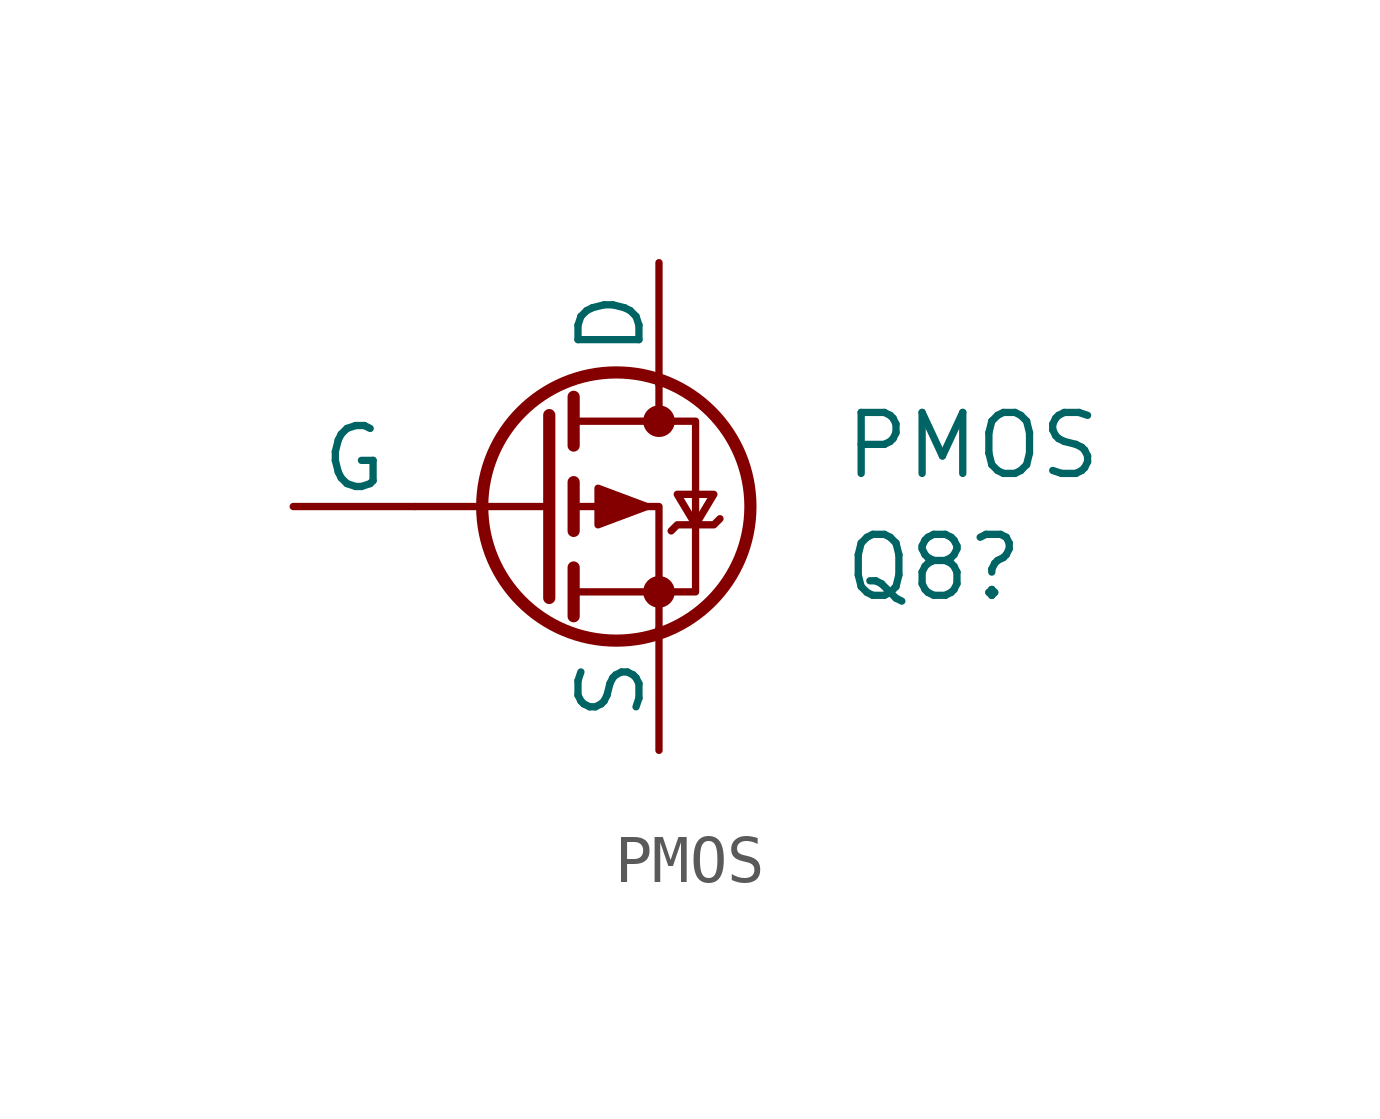
<source format=kicad_sym>
(kicad_symbol_lib
  (version 20220914)
  (generator kicad_symbol_editor)
  (symbol "PMOS"
    (pin_numbers hide)
    (pin_names
      (offset 0))
    (property "Reference" "Q8"
      (at 6.35 -1.27 0)
      (effects (font (size 1.27 1.27)) (justify left)))
    (property "Value" "PMOS"
      (at 6.35 1.27 0)
      (effects (font (size 1.27 1.27)) (justify left)))
    (symbol "PMOS_0_1"
      (polyline (pts (xy 0.254 0) (xy -2.54 0)) (stroke (width 0) (type default)) (fill (type none)))
      (polyline (pts (xy 0.254 1.905) (xy 0.254 -1.905)) (stroke (width 0.254) (type default)) (fill (type none)))
      (polyline (pts (xy 0.762 -1.27) (xy 0.762 -2.286)) (stroke (width 0.254) (type default)) (fill (type none)))
      (polyline (pts (xy 0.762 0.508) (xy 0.762 -0.508)) (stroke (width 0.254) (type default)) (fill (type none)))
      (polyline (pts (xy 0.762 2.286) (xy 0.762 1.27)) (stroke (width 0.254) (type default)) (fill (type none)))
      (polyline (pts (xy 2.54 2.54) (xy 2.54 1.778)) (stroke (width 0) (type default)) (fill (type none)))
      (polyline (pts (xy 2.54 -2.54) (xy 2.54 0) (xy 0.762 0)) (stroke (width 0) (type default)) (fill (type none)))
      (polyline (pts (xy 0.762 1.778) (xy 3.302 1.778) (xy 3.302 -1.778) (xy 0.762 -1.778)) (stroke (width 0) (type default)) (fill (type none)))
      (polyline (pts (xy 2.286 0) (xy 1.27 0.381) (xy 1.27 -0.381) (xy 2.286 0)) (stroke (width 0) (type default)) (fill (type outline)))
      (polyline (pts (xy 2.794 -0.508) (xy 2.921 -0.381) (xy 3.683 -0.381) (xy 3.81 -0.254)) (stroke (width 0) (type default)) (fill (type none)))
      (polyline (pts (xy 3.302 -0.381) (xy 2.921 0.254) (xy 3.683 0.254) (xy 3.302 -0.381)) (stroke (width 0) (type default)) (fill (type none)))
      (circle (center 1.651 0) (radius 2.794) (stroke (width 0.254) (type default)) (fill (type none)))
      (circle (center 2.54 -1.778) (radius 0.254) (stroke (width 0) (type default)) (fill (type outline)))
      (circle (center 2.54 1.778) (radius 0.254) (stroke (width 0) (type default)) (fill (type outline))))
    (symbol "PMOS_1_1"
      (pin passive line (at 2.54 -5.08 90) (length 2.54) (name "S" (effects (font (size 1.27 1.27)))) (number "1" (effects (font (size 1.27 1.27)))))
      (pin passive line (at 2.54 -5.08 90) (length 2.54) hide (name "S" (effects (font (size 1.27 1.27)))) (number "2" (effects (font (size 1.27 1.27)))))
      (pin passive line (at 2.54 -5.08 90) (length 2.54) hide (name "S" (effects (font (size 1.27 1.27)))) (number "3" (effects (font (size 1.27 1.27)))))
      (pin input line (at -5.08 0 0) (length 2.54) (name "G" (effects (font (size 1.27 1.27)))) (number "4" (effects (font (size 1.27 1.27)))))
      (pin passive line (at 2.54 5.08 270) (length 2.54) (name "D" (effects (font (size 1.27 1.27)))) (number "5" (effects (font (size 1.27 1.27)))))
      (pin passive line (at 2.54 5.08 270) (length 2.54) hide (name "D" (effects (font (size 1.27 1.27)))) (number "6" (effects (font (size 1.27 1.27)))))
      (pin passive line (at 2.54 5.08 270) (length 2.54) hide (name "D" (effects (font (size 1.27 1.27)))) (number "7" (effects (font (size 1.27 1.27)))))
      (pin passive line (at 2.54 5.08 270) (length 2.54) hide (name "D" (effects (font (size 1.27 1.27)))) (number "8" (effects (font (size 1.27 1.27))))))))
</source>
